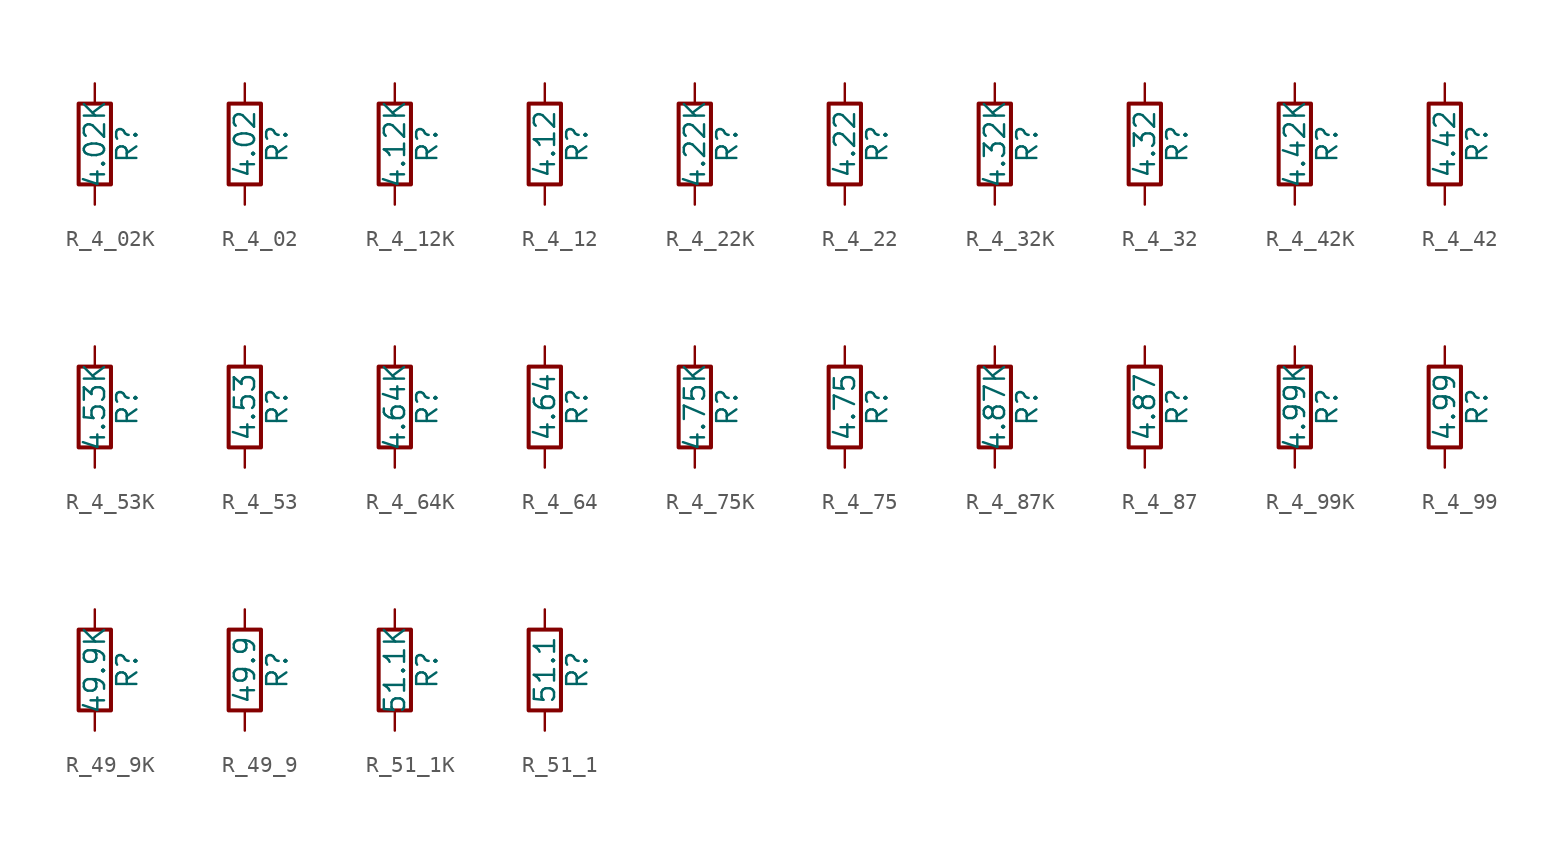
<source format=kicad_sym>
(kicad_symbol_lib
  (version 20211014)
  (generator atlantix-eda)
  (symbol "R_4_02K"
    (pin_numbers hide)
    (pin_names
      (offset 0))
    (property "Reference" "R"
      (at 2.032 0 90)
      (effects (font (size 1.27 1.27))))
    (property "Value" "4.02K"
      (at 0 0 90)
      (effects (font (size 1.27 1.27))))
    (symbol "R_4_02K_0_1"
      (rectangle (start -1.016 -2.54) (end 1.016 2.54) (stroke (width 0.254) (type default) (color 0 0 0 0)) (fill (type none))))
    (symbol "R_4_02K_1_1"
      (pin passive line (at 0 3.81 270) (length 1.27) (name "~" (effects (font (size 1.27 1.27)))) (number "1" (effects (font (size 1.27 1.27)))))
      (pin passive line (at 0 -3.81 90) (length 1.27) (name "~" (effects (font (size 1.27 1.27)))) (number "2" (effects (font (size 1.27 1.27)))))))
  (symbol "R_4_02"
    (pin_numbers hide)
    (pin_names
      (offset 0))
    (property "Reference" "R"
      (at 2.032 0 90)
      (effects (font (size 1.27 1.27))))
    (property "Value" "4.02"
      (at 0 0 90)
      (effects (font (size 1.27 1.27))))
    (symbol "R_4_02_0_1"
      (rectangle (start -1.016 -2.54) (end 1.016 2.54) (stroke (width 0.254) (type default) (color 0 0 0 0)) (fill (type none))))
    (symbol "R_4_02_1_1"
      (pin passive line (at 0 3.81 270) (length 1.27) (name "~" (effects (font (size 1.27 1.27)))) (number "1" (effects (font (size 1.27 1.27)))))
      (pin passive line (at 0 -3.81 90) (length 1.27) (name "~" (effects (font (size 1.27 1.27)))) (number "2" (effects (font (size 1.27 1.27)))))))
  (symbol "R_4_12K"
    (pin_numbers hide)
    (pin_names
      (offset 0))
    (property "Reference" "R"
      (at 2.032 0 90)
      (effects (font (size 1.27 1.27))))
    (property "Value" "4.12K"
      (at 0 0 90)
      (effects (font (size 1.27 1.27))))
    (symbol "R_4_12K_0_1"
      (rectangle (start -1.016 -2.54) (end 1.016 2.54) (stroke (width 0.254) (type default) (color 0 0 0 0)) (fill (type none))))
    (symbol "R_4_12K_1_1"
      (pin passive line (at 0 3.81 270) (length 1.27) (name "~" (effects (font (size 1.27 1.27)))) (number "1" (effects (font (size 1.27 1.27)))))
      (pin passive line (at 0 -3.81 90) (length 1.27) (name "~" (effects (font (size 1.27 1.27)))) (number "2" (effects (font (size 1.27 1.27)))))))
  (symbol "R_4_12"
    (pin_numbers hide)
    (pin_names
      (offset 0))
    (property "Reference" "R"
      (at 2.032 0 90)
      (effects (font (size 1.27 1.27))))
    (property "Value" "4.12"
      (at 0 0 90)
      (effects (font (size 1.27 1.27))))
    (symbol "R_4_12_0_1"
      (rectangle (start -1.016 -2.54) (end 1.016 2.54) (stroke (width 0.254) (type default) (color 0 0 0 0)) (fill (type none))))
    (symbol "R_4_12_1_1"
      (pin passive line (at 0 3.81 270) (length 1.27) (name "~" (effects (font (size 1.27 1.27)))) (number "1" (effects (font (size 1.27 1.27)))))
      (pin passive line (at 0 -3.81 90) (length 1.27) (name "~" (effects (font (size 1.27 1.27)))) (number "2" (effects (font (size 1.27 1.27)))))))
  (symbol "R_4_22K"
    (pin_numbers hide)
    (pin_names
      (offset 0))
    (property "Reference" "R"
      (at 2.032 0 90)
      (effects (font (size 1.27 1.27))))
    (property "Value" "4.22K"
      (at 0 0 90)
      (effects (font (size 1.27 1.27))))
    (symbol "R_4_22K_0_1"
      (rectangle (start -1.016 -2.54) (end 1.016 2.54) (stroke (width 0.254) (type default) (color 0 0 0 0)) (fill (type none))))
    (symbol "R_4_22K_1_1"
      (pin passive line (at 0 3.81 270) (length 1.27) (name "~" (effects (font (size 1.27 1.27)))) (number "1" (effects (font (size 1.27 1.27)))))
      (pin passive line (at 0 -3.81 90) (length 1.27) (name "~" (effects (font (size 1.27 1.27)))) (number "2" (effects (font (size 1.27 1.27)))))))
  (symbol "R_4_22"
    (pin_numbers hide)
    (pin_names
      (offset 0))
    (property "Reference" "R"
      (at 2.032 0 90)
      (effects (font (size 1.27 1.27))))
    (property "Value" "4.22"
      (at 0 0 90)
      (effects (font (size 1.27 1.27))))
    (symbol "R_4_22_0_1"
      (rectangle (start -1.016 -2.54) (end 1.016 2.54) (stroke (width 0.254) (type default) (color 0 0 0 0)) (fill (type none))))
    (symbol "R_4_22_1_1"
      (pin passive line (at 0 3.81 270) (length 1.27) (name "~" (effects (font (size 1.27 1.27)))) (number "1" (effects (font (size 1.27 1.27)))))
      (pin passive line (at 0 -3.81 90) (length 1.27) (name "~" (effects (font (size 1.27 1.27)))) (number "2" (effects (font (size 1.27 1.27)))))))
  (symbol "R_4_32K"
    (pin_numbers hide)
    (pin_names
      (offset 0))
    (property "Reference" "R"
      (at 2.032 0 90)
      (effects (font (size 1.27 1.27))))
    (property "Value" "4.32K"
      (at 0 0 90)
      (effects (font (size 1.27 1.27))))
    (symbol "R_4_32K_0_1"
      (rectangle (start -1.016 -2.54) (end 1.016 2.54) (stroke (width 0.254) (type default) (color 0 0 0 0)) (fill (type none))))
    (symbol "R_4_32K_1_1"
      (pin passive line (at 0 3.81 270) (length 1.27) (name "~" (effects (font (size 1.27 1.27)))) (number "1" (effects (font (size 1.27 1.27)))))
      (pin passive line (at 0 -3.81 90) (length 1.27) (name "~" (effects (font (size 1.27 1.27)))) (number "2" (effects (font (size 1.27 1.27)))))))
  (symbol "R_4_32"
    (pin_numbers hide)
    (pin_names
      (offset 0))
    (property "Reference" "R"
      (at 2.032 0 90)
      (effects (font (size 1.27 1.27))))
    (property "Value" "4.32"
      (at 0 0 90)
      (effects (font (size 1.27 1.27))))
    (symbol "R_4_32_0_1"
      (rectangle (start -1.016 -2.54) (end 1.016 2.54) (stroke (width 0.254) (type default) (color 0 0 0 0)) (fill (type none))))
    (symbol "R_4_32_1_1"
      (pin passive line (at 0 3.81 270) (length 1.27) (name "~" (effects (font (size 1.27 1.27)))) (number "1" (effects (font (size 1.27 1.27)))))
      (pin passive line (at 0 -3.81 90) (length 1.27) (name "~" (effects (font (size 1.27 1.27)))) (number "2" (effects (font (size 1.27 1.27)))))))
  (symbol "R_4_42K"
    (pin_numbers hide)
    (pin_names
      (offset 0))
    (property "Reference" "R"
      (at 2.032 0 90)
      (effects (font (size 1.27 1.27))))
    (property "Value" "4.42K"
      (at 0 0 90)
      (effects (font (size 1.27 1.27))))
    (symbol "R_4_42K_0_1"
      (rectangle (start -1.016 -2.54) (end 1.016 2.54) (stroke (width 0.254) (type default) (color 0 0 0 0)) (fill (type none))))
    (symbol "R_4_42K_1_1"
      (pin passive line (at 0 3.81 270) (length 1.27) (name "~" (effects (font (size 1.27 1.27)))) (number "1" (effects (font (size 1.27 1.27)))))
      (pin passive line (at 0 -3.81 90) (length 1.27) (name "~" (effects (font (size 1.27 1.27)))) (number "2" (effects (font (size 1.27 1.27)))))))
  (symbol "R_4_42"
    (pin_numbers hide)
    (pin_names
      (offset 0))
    (property "Reference" "R"
      (at 2.032 0 90)
      (effects (font (size 1.27 1.27))))
    (property "Value" "4.42"
      (at 0 0 90)
      (effects (font (size 1.27 1.27))))
    (symbol "R_4_42_0_1"
      (rectangle (start -1.016 -2.54) (end 1.016 2.54) (stroke (width 0.254) (type default) (color 0 0 0 0)) (fill (type none))))
    (symbol "R_4_42_1_1"
      (pin passive line (at 0 3.81 270) (length 1.27) (name "~" (effects (font (size 1.27 1.27)))) (number "1" (effects (font (size 1.27 1.27)))))
      (pin passive line (at 0 -3.81 90) (length 1.27) (name "~" (effects (font (size 1.27 1.27)))) (number "2" (effects (font (size 1.27 1.27)))))))
  (symbol "R_4_53K"
    (pin_numbers hide)
    (pin_names
      (offset 0))
    (property "Reference" "R"
      (at 2.032 0 90)
      (effects (font (size 1.27 1.27))))
    (property "Value" "4.53K"
      (at 0 0 90)
      (effects (font (size 1.27 1.27))))
    (symbol "R_4_53K_0_1"
      (rectangle (start -1.016 -2.54) (end 1.016 2.54) (stroke (width 0.254) (type default) (color 0 0 0 0)) (fill (type none))))
    (symbol "R_4_53K_1_1"
      (pin passive line (at 0 3.81 270) (length 1.27) (name "~" (effects (font (size 1.27 1.27)))) (number "1" (effects (font (size 1.27 1.27)))))
      (pin passive line (at 0 -3.81 90) (length 1.27) (name "~" (effects (font (size 1.27 1.27)))) (number "2" (effects (font (size 1.27 1.27)))))))
  (symbol "R_4_53"
    (pin_numbers hide)
    (pin_names
      (offset 0))
    (property "Reference" "R"
      (at 2.032 0 90)
      (effects (font (size 1.27 1.27))))
    (property "Value" "4.53"
      (at 0 0 90)
      (effects (font (size 1.27 1.27))))
    (symbol "R_4_53_0_1"
      (rectangle (start -1.016 -2.54) (end 1.016 2.54) (stroke (width 0.254) (type default) (color 0 0 0 0)) (fill (type none))))
    (symbol "R_4_53_1_1"
      (pin passive line (at 0 3.81 270) (length 1.27) (name "~" (effects (font (size 1.27 1.27)))) (number "1" (effects (font (size 1.27 1.27)))))
      (pin passive line (at 0 -3.81 90) (length 1.27) (name "~" (effects (font (size 1.27 1.27)))) (number "2" (effects (font (size 1.27 1.27)))))))
  (symbol "R_4_64K"
    (pin_numbers hide)
    (pin_names
      (offset 0))
    (property "Reference" "R"
      (at 2.032 0 90)
      (effects (font (size 1.27 1.27))))
    (property "Value" "4.64K"
      (at 0 0 90)
      (effects (font (size 1.27 1.27))))
    (symbol "R_4_64K_0_1"
      (rectangle (start -1.016 -2.54) (end 1.016 2.54) (stroke (width 0.254) (type default) (color 0 0 0 0)) (fill (type none))))
    (symbol "R_4_64K_1_1"
      (pin passive line (at 0 3.81 270) (length 1.27) (name "~" (effects (font (size 1.27 1.27)))) (number "1" (effects (font (size 1.27 1.27)))))
      (pin passive line (at 0 -3.81 90) (length 1.27) (name "~" (effects (font (size 1.27 1.27)))) (number "2" (effects (font (size 1.27 1.27)))))))
  (symbol "R_4_64"
    (pin_numbers hide)
    (pin_names
      (offset 0))
    (property "Reference" "R"
      (at 2.032 0 90)
      (effects (font (size 1.27 1.27))))
    (property "Value" "4.64"
      (at 0 0 90)
      (effects (font (size 1.27 1.27))))
    (symbol "R_4_64_0_1"
      (rectangle (start -1.016 -2.54) (end 1.016 2.54) (stroke (width 0.254) (type default) (color 0 0 0 0)) (fill (type none))))
    (symbol "R_4_64_1_1"
      (pin passive line (at 0 3.81 270) (length 1.27) (name "~" (effects (font (size 1.27 1.27)))) (number "1" (effects (font (size 1.27 1.27)))))
      (pin passive line (at 0 -3.81 90) (length 1.27) (name "~" (effects (font (size 1.27 1.27)))) (number "2" (effects (font (size 1.27 1.27)))))))
  (symbol "R_4_75K"
    (pin_numbers hide)
    (pin_names
      (offset 0))
    (property "Reference" "R"
      (at 2.032 0 90)
      (effects (font (size 1.27 1.27))))
    (property "Value" "4.75K"
      (at 0 0 90)
      (effects (font (size 1.27 1.27))))
    (symbol "R_4_75K_0_1"
      (rectangle (start -1.016 -2.54) (end 1.016 2.54) (stroke (width 0.254) (type default) (color 0 0 0 0)) (fill (type none))))
    (symbol "R_4_75K_1_1"
      (pin passive line (at 0 3.81 270) (length 1.27) (name "~" (effects (font (size 1.27 1.27)))) (number "1" (effects (font (size 1.27 1.27)))))
      (pin passive line (at 0 -3.81 90) (length 1.27) (name "~" (effects (font (size 1.27 1.27)))) (number "2" (effects (font (size 1.27 1.27)))))))
  (symbol "R_4_75"
    (pin_numbers hide)
    (pin_names
      (offset 0))
    (property "Reference" "R"
      (at 2.032 0 90)
      (effects (font (size 1.27 1.27))))
    (property "Value" "4.75"
      (at 0 0 90)
      (effects (font (size 1.27 1.27))))
    (symbol "R_4_75_0_1"
      (rectangle (start -1.016 -2.54) (end 1.016 2.54) (stroke (width 0.254) (type default) (color 0 0 0 0)) (fill (type none))))
    (symbol "R_4_75_1_1"
      (pin passive line (at 0 3.81 270) (length 1.27) (name "~" (effects (font (size 1.27 1.27)))) (number "1" (effects (font (size 1.27 1.27)))))
      (pin passive line (at 0 -3.81 90) (length 1.27) (name "~" (effects (font (size 1.27 1.27)))) (number "2" (effects (font (size 1.27 1.27)))))))
  (symbol "R_4_87K"
    (pin_numbers hide)
    (pin_names
      (offset 0))
    (property "Reference" "R"
      (at 2.032 0 90)
      (effects (font (size 1.27 1.27))))
    (property "Value" "4.87K"
      (at 0 0 90)
      (effects (font (size 1.27 1.27))))
    (symbol "R_4_87K_0_1"
      (rectangle (start -1.016 -2.54) (end 1.016 2.54) (stroke (width 0.254) (type default) (color 0 0 0 0)) (fill (type none))))
    (symbol "R_4_87K_1_1"
      (pin passive line (at 0 3.81 270) (length 1.27) (name "~" (effects (font (size 1.27 1.27)))) (number "1" (effects (font (size 1.27 1.27)))))
      (pin passive line (at 0 -3.81 90) (length 1.27) (name "~" (effects (font (size 1.27 1.27)))) (number "2" (effects (font (size 1.27 1.27)))))))
  (symbol "R_4_87"
    (pin_numbers hide)
    (pin_names
      (offset 0))
    (property "Reference" "R"
      (at 2.032 0 90)
      (effects (font (size 1.27 1.27))))
    (property "Value" "4.87"
      (at 0 0 90)
      (effects (font (size 1.27 1.27))))
    (symbol "R_4_87_0_1"
      (rectangle (start -1.016 -2.54) (end 1.016 2.54) (stroke (width 0.254) (type default) (color 0 0 0 0)) (fill (type none))))
    (symbol "R_4_87_1_1"
      (pin passive line (at 0 3.81 270) (length 1.27) (name "~" (effects (font (size 1.27 1.27)))) (number "1" (effects (font (size 1.27 1.27)))))
      (pin passive line (at 0 -3.81 90) (length 1.27) (name "~" (effects (font (size 1.27 1.27)))) (number "2" (effects (font (size 1.27 1.27)))))))
  (symbol "R_4_99K"
    (pin_numbers hide)
    (pin_names
      (offset 0))
    (property "Reference" "R"
      (at 2.032 0 90)
      (effects (font (size 1.27 1.27))))
    (property "Value" "4.99K"
      (at 0 0 90)
      (effects (font (size 1.27 1.27))))
    (symbol "R_4_99K_0_1"
      (rectangle (start -1.016 -2.54) (end 1.016 2.54) (stroke (width 0.254) (type default) (color 0 0 0 0)) (fill (type none))))
    (symbol "R_4_99K_1_1"
      (pin passive line (at 0 3.81 270) (length 1.27) (name "~" (effects (font (size 1.27 1.27)))) (number "1" (effects (font (size 1.27 1.27)))))
      (pin passive line (at 0 -3.81 90) (length 1.27) (name "~" (effects (font (size 1.27 1.27)))) (number "2" (effects (font (size 1.27 1.27)))))))
  (symbol "R_4_99"
    (pin_numbers hide)
    (pin_names
      (offset 0))
    (property "Reference" "R"
      (at 2.032 0 90)
      (effects (font (size 1.27 1.27))))
    (property "Value" "4.99"
      (at 0 0 90)
      (effects (font (size 1.27 1.27))))
    (symbol "R_4_99_0_1"
      (rectangle (start -1.016 -2.54) (end 1.016 2.54) (stroke (width 0.254) (type default) (color 0 0 0 0)) (fill (type none))))
    (symbol "R_4_99_1_1"
      (pin passive line (at 0 3.81 270) (length 1.27) (name "~" (effects (font (size 1.27 1.27)))) (number "1" (effects (font (size 1.27 1.27)))))
      (pin passive line (at 0 -3.81 90) (length 1.27) (name "~" (effects (font (size 1.27 1.27)))) (number "2" (effects (font (size 1.27 1.27)))))))
  (symbol "R_49_9K"
    (pin_numbers hide)
    (pin_names
      (offset 0))
    (property "Reference" "R"
      (at 2.032 0 90)
      (effects (font (size 1.27 1.27))))
    (property "Value" "49.9K"
      (at 0 0 90)
      (effects (font (size 1.27 1.27))))
    (symbol "R_49_9K_0_1"
      (rectangle (start -1.016 -2.54) (end 1.016 2.54) (stroke (width 0.254) (type default) (color 0 0 0 0)) (fill (type none))))
    (symbol "R_49_9K_1_1"
      (pin passive line (at 0 3.81 270) (length 1.27) (name "~" (effects (font (size 1.27 1.27)))) (number "1" (effects (font (size 1.27 1.27)))))
      (pin passive line (at 0 -3.81 90) (length 1.27) (name "~" (effects (font (size 1.27 1.27)))) (number "2" (effects (font (size 1.27 1.27)))))))
  (symbol "R_49_9"
    (pin_numbers hide)
    (pin_names
      (offset 0))
    (property "Reference" "R"
      (at 2.032 0 90)
      (effects (font (size 1.27 1.27))))
    (property "Value" "49.9"
      (at 0 0 90)
      (effects (font (size 1.27 1.27))))
    (symbol "R_49_9_0_1"
      (rectangle (start -1.016 -2.54) (end 1.016 2.54) (stroke (width 0.254) (type default) (color 0 0 0 0)) (fill (type none))))
    (symbol "R_49_9_1_1"
      (pin passive line (at 0 3.81 270) (length 1.27) (name "~" (effects (font (size 1.27 1.27)))) (number "1" (effects (font (size 1.27 1.27)))))
      (pin passive line (at 0 -3.81 90) (length 1.27) (name "~" (effects (font (size 1.27 1.27)))) (number "2" (effects (font (size 1.27 1.27)))))))
  (symbol "R_51_1K"
    (pin_numbers hide)
    (pin_names
      (offset 0))
    (property "Reference" "R"
      (at 2.032 0 90)
      (effects (font (size 1.27 1.27))))
    (property "Value" "51.1K"
      (at 0 0 90)
      (effects (font (size 1.27 1.27))))
    (symbol "R_51_1K_0_1"
      (rectangle (start -1.016 -2.54) (end 1.016 2.54) (stroke (width 0.254) (type default) (color 0 0 0 0)) (fill (type none))))
    (symbol "R_51_1K_1_1"
      (pin passive line (at 0 3.81 270) (length 1.27) (name "~" (effects (font (size 1.27 1.27)))) (number "1" (effects (font (size 1.27 1.27)))))
      (pin passive line (at 0 -3.81 90) (length 1.27) (name "~" (effects (font (size 1.27 1.27)))) (number "2" (effects (font (size 1.27 1.27)))))))
  (symbol "R_51_1"
    (pin_numbers hide)
    (pin_names
      (offset 0))
    (property "Reference" "R"
      (at 2.032 0 90)
      (effects (font (size 1.27 1.27))))
    (property "Value" "51.1"
      (at 0 0 90)
      (effects (font (size 1.27 1.27))))
    (symbol "R_51_1_0_1"
      (rectangle (start -1.016 -2.54) (end 1.016 2.54) (stroke (width 0.254) (type default) (color 0 0 0 0)) (fill (type none))))
    (symbol "R_51_1_1_1"
      (pin passive line (at 0 3.81 270) (length 1.27) (name "~" (effects (font (size 1.27 1.27)))) (number "1" (effects (font (size 1.27 1.27)))))
      (pin passive line (at 0 -3.81 90) (length 1.27) (name "~" (effects (font (size 1.27 1.27)))) (number "2" (effects (font (size 1.27 1.27))))))))
</source>
